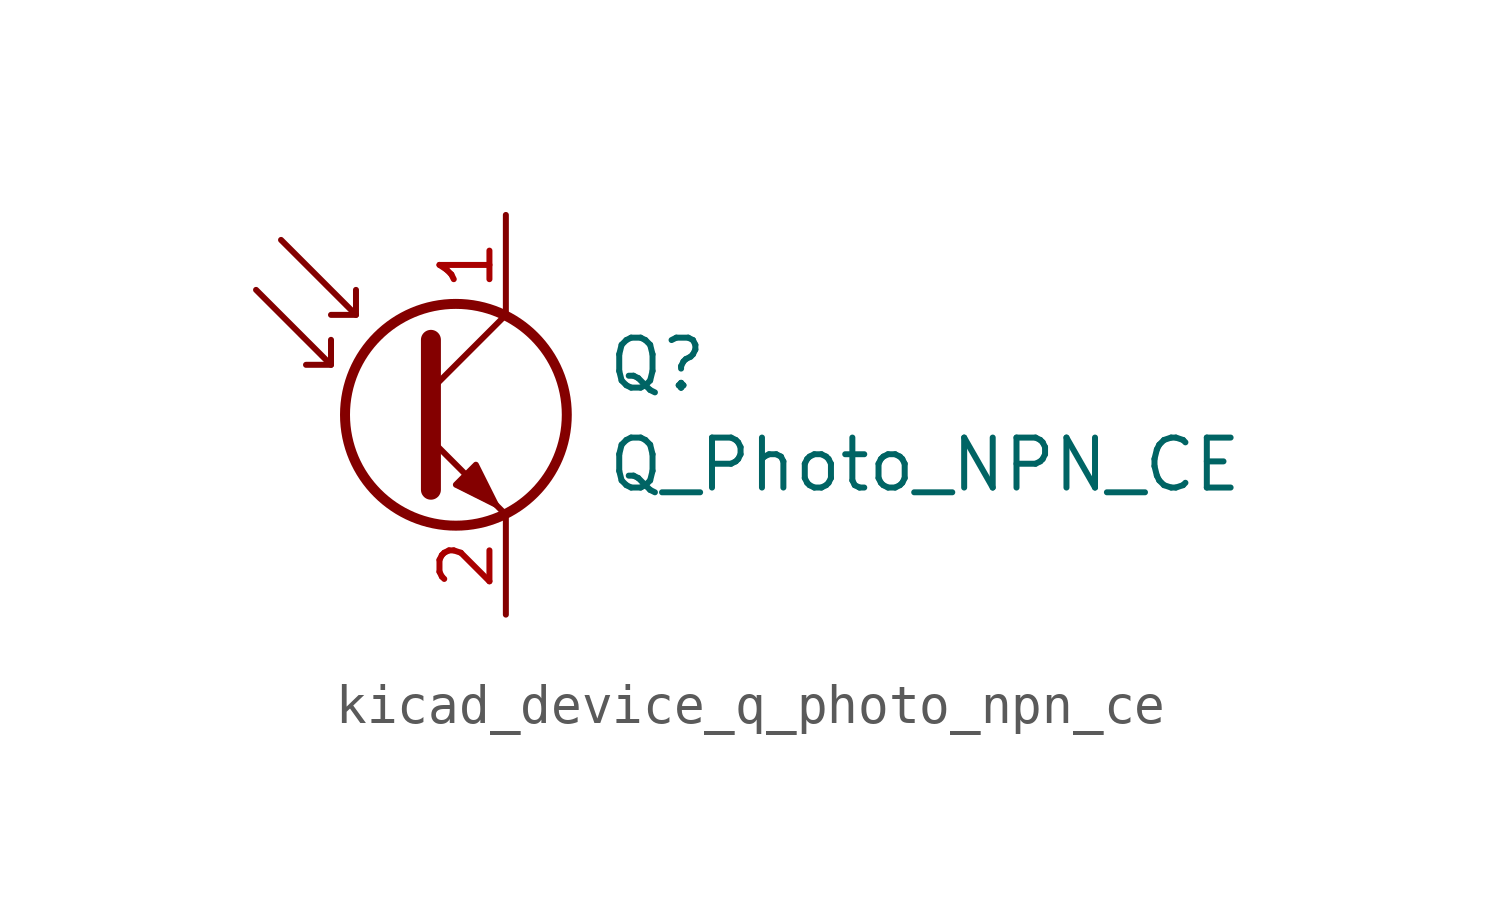
<source format=kicad_sym>
(kicad_symbol_lib
  (version 20220914)
  (generator kicad_symbol_editor)
  (symbol "kicad_device_q_photo_npn_ce"
    (pin_names
      (offset 0) hide)
    (property "Reference" "Q"
      (at 5.08 1.27 0)
      (effects (font (size 1.27 1.27)) (justify left)))
    (property "Value" "Q_Photo_NPN_CE"
      (at 5.08 -1.27 0)
      (effects (font (size 1.27 1.27)) (justify left)))
    (symbol "kicad_device_q_photo_npn_ce_0_1"
      (polyline (pts (xy -1.905 1.27) (xy -2.54 1.27)) (stroke (width 0) (type default)) (fill (type none)))
      (polyline (pts (xy -1.27 2.54) (xy -1.905 2.54)) (stroke (width 0) (type default)) (fill (type none)))
      (polyline (pts (xy 0.635 0.635) (xy 2.54 2.54)) (stroke (width 0) (type default)) (fill (type none)))
      (polyline (pts (xy -3.81 3.175) (xy -1.905 1.27) (xy -1.905 1.905)) (stroke (width 0) (type default)) (fill (type none)))
      (polyline (pts (xy -3.175 4.445) (xy -1.27 2.54) (xy -1.27 3.175)) (stroke (width 0) (type default)) (fill (type none)))
      (polyline (pts (xy 0.635 -0.635) (xy 2.54 -2.54) (xy 2.54 -2.54)) (stroke (width 0) (type default)) (fill (type none)))
      (polyline (pts (xy 0.635 1.905) (xy 0.635 -1.905) (xy 0.635 -1.905)) (stroke (width 0.508) (type default)) (fill (type none)))
      (polyline (pts (xy 1.27 -1.778) (xy 1.778 -1.27) (xy 2.286 -2.286) (xy 1.27 -1.778) (xy 1.27 -1.778)) (stroke (width 0) (type default)) (fill (type outline)))
      (circle (center 1.27 0) (radius 2.819) (stroke (width 0.254) (type default)) (fill (type none))))
    (symbol "kicad_device_q_photo_npn_ce_1_1"
      (pin passive line (at 2.54 5.08 270) (length 2.54) (name "C" (effects (font (size 1.27 1.27)))) (number "1" (effects (font (size 1.27 1.27)))))
      (pin passive line (at 2.54 -5.08 90) (length 2.54) (name "E" (effects (font (size 1.27 1.27)))) (number "2" (effects (font (size 1.27 1.27))))))))
</source>
